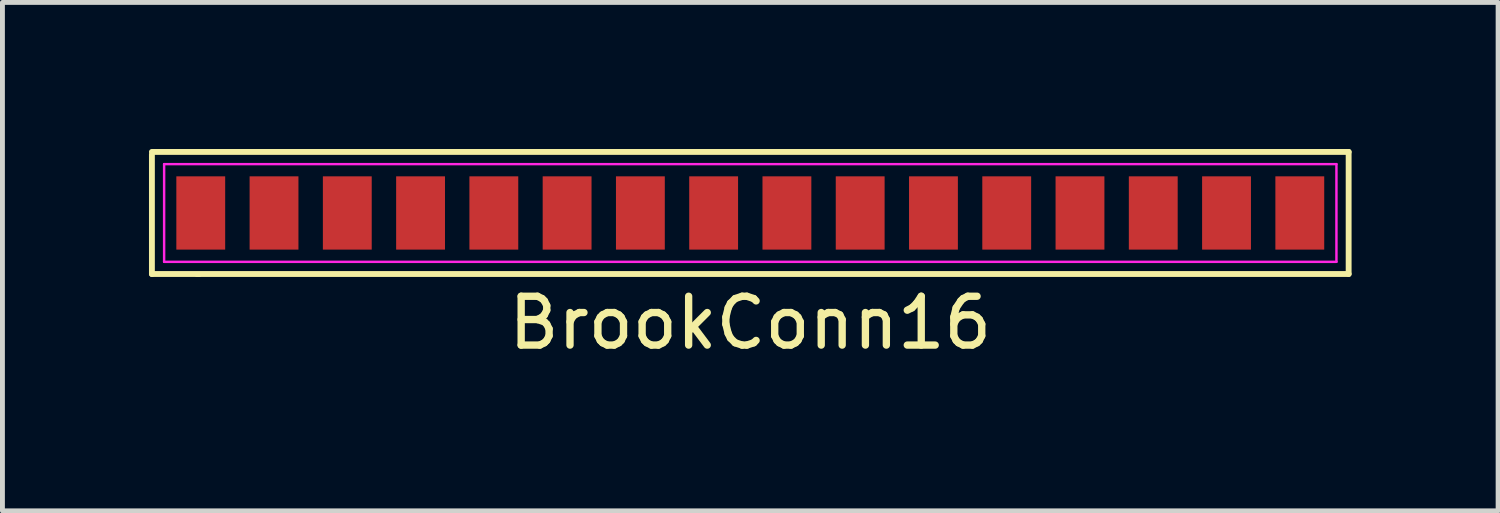
<source format=kicad_pcb>
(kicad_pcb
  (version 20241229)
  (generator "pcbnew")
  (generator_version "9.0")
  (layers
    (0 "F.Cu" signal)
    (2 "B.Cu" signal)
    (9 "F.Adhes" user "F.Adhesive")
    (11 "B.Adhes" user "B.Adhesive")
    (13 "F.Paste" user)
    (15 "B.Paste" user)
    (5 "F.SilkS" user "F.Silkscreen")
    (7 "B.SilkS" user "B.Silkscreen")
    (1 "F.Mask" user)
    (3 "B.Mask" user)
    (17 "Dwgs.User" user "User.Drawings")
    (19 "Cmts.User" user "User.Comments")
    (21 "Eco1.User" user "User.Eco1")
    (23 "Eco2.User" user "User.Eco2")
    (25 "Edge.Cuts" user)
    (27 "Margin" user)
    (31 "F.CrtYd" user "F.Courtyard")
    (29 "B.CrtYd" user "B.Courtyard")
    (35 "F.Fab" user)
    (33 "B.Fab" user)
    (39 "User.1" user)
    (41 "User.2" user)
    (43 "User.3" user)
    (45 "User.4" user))
  (footprint "BrookConn16"
    (layer "F.Cu")
    (at 12.31 1.31)
    (property "Reference" "BrookConn16" (at 0 2.25 0) (layer "F.SilkS") (effects (font (size 1 1) (thickness 0.15))))
    (attr smd)
    (fp_line (start -12.25 -1.25) (end 12.25 -1.25) (stroke (width 0.12) (type default)) (layer "F.SilkS"))
    (fp_line (start -12.25 1.25) (end -12.25 -1.2) (stroke (width 0.12) (type default)) (layer "F.SilkS"))
    (fp_line (start -11.28 1.26) (end -11.33 1.26) (stroke (width 0.1) (type default)) (layer "F.SilkS"))
    (fp_line (start 12.25 -1.25) (end 12.25 1.25) (stroke (width 0.12) (type default)) (layer "F.SilkS"))
    (fp_line (start 12.25 1.25) (end -12.25 1.25) (stroke (width 0.12) (type default)) (layer "F.SilkS"))
    (fp_line (start -12 -1) (end 12 -1) (stroke (width 0.05) (type default)) (layer "F.CrtYd"))
    (fp_line (start -12 1) (end -12 -1) (stroke (width 0.05) (type default)) (layer "F.CrtYd"))
    (fp_line (start 12 -1) (end 12 1) (stroke (width 0.05) (type default)) (layer "F.CrtYd"))
    (fp_line (start 12 1) (end -12 1) (stroke (width 0.05) (type default)) (layer "F.CrtYd"))
    (pad "1" smd rect (at -11.25 0) (size 1 1.5) (layers "F.Cu" "F.Mask" "F.Paste"))
    (pad "2" smd rect (at -9.75 0) (size 1 1.5) (layers "F.Cu" "F.Mask" "F.Paste"))
    (pad "3" smd rect (at -8.25 0) (size 1 1.5) (layers "F.Cu" "F.Mask" "F.Paste"))
    (pad "4" smd rect (at -6.75 0) (size 1 1.5) (layers "F.Cu" "F.Mask" "F.Paste"))
    (pad "5" smd rect (at -5.25 0) (size 1 1.5) (layers "F.Cu" "F.Mask" "F.Paste"))
    (pad "6" smd rect (at -3.75 0) (size 1 1.5) (layers "F.Cu" "F.Mask" "F.Paste"))
    (pad "7" smd rect (at -2.25 0) (size 1 1.5) (layers "F.Cu" "F.Mask" "F.Paste"))
    (pad "8" smd rect (at -0.75 0) (size 1 1.5) (layers "F.Cu" "F.Mask" "F.Paste"))
    (pad "9" smd rect (at 0.75 0) (size 1 1.5) (layers "F.Cu" "F.Mask" "F.Paste"))
    (pad "10" smd rect (at 2.25 0) (size 1 1.5) (layers "F.Cu" "F.Mask" "F.Paste"))
    (pad "11" smd rect (at 3.75 0) (size 1 1.5) (layers "F.Cu" "F.Mask" "F.Paste"))
    (pad "12" smd rect (at 5.25 0) (size 1 1.5) (layers "F.Cu" "F.Mask" "F.Paste"))
    (pad "13" smd rect (at 6.75 0) (size 1 1.5) (layers "F.Cu" "F.Mask" "F.Paste"))
    (pad "14" smd rect (at 8.25 0) (size 1 1.5) (layers "F.Cu" "F.Mask" "F.Paste"))
    (pad "15" smd rect (at 9.75 0) (size 1 1.5) (layers "F.Cu" "F.Mask" "F.Paste"))
    (pad "16" smd rect (at 11.25 0) (size 1 1.5) (layers "F.Cu" "F.Mask" "F.Paste")))
  (gr_rect
    (start -3 -3)
    (end 27.62 7.408)
    (stroke (width 0.1) (type default))
    (fill no)
    (layer "Edge.Cuts")))
</source>
